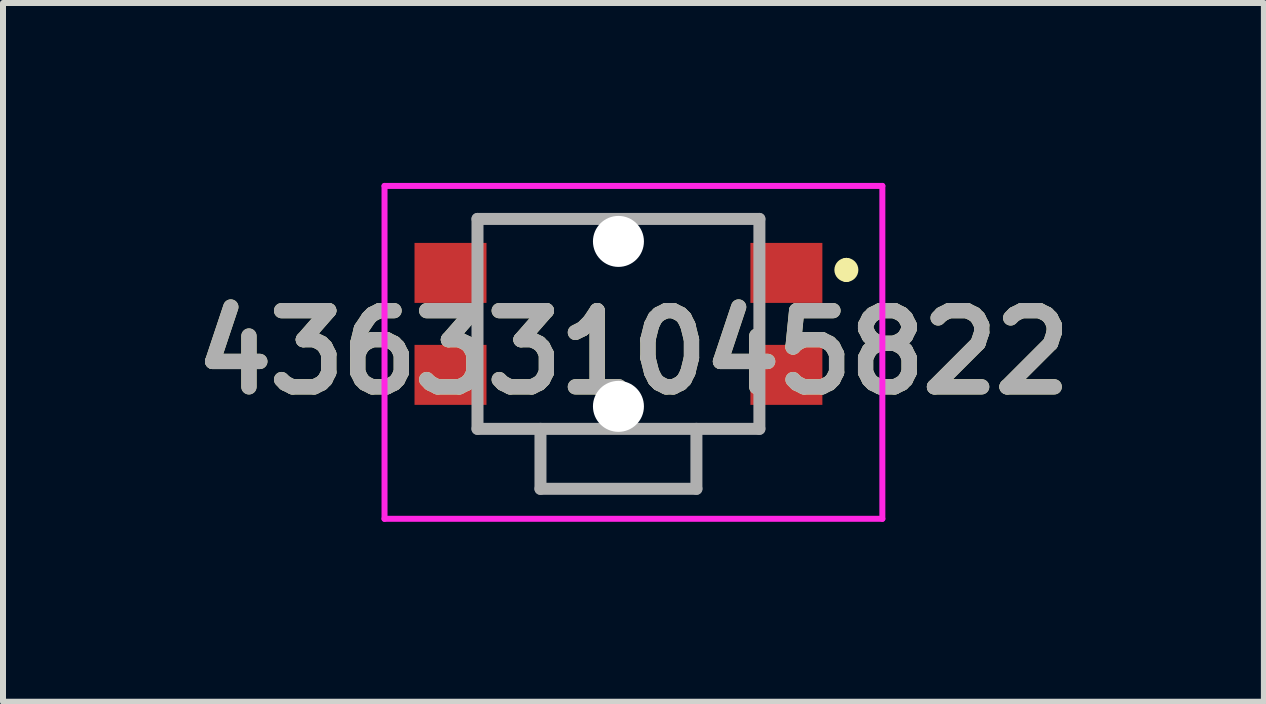
<source format=kicad_pcb>
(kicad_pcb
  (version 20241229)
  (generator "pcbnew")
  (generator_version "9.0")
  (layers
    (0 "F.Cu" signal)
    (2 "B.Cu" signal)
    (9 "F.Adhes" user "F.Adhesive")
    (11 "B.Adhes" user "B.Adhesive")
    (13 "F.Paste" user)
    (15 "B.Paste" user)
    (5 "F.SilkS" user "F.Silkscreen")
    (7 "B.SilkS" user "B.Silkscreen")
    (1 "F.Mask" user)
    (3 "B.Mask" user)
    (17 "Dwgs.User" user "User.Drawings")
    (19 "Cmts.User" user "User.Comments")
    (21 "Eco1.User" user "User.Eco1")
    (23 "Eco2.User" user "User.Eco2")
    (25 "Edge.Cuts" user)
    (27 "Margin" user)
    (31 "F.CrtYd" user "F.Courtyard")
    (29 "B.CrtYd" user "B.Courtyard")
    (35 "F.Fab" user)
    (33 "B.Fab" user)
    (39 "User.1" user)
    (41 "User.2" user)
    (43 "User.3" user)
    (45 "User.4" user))
  (footprint "436331045822"
    (layer "F.Cu")
    (at 7.261 2.35)
    (property "Reference" "436331045822" (at 0.25 0.475 0) (layer "F.SilkS") (effects (font (size 1.27 1.27) (thickness 0.254))))
    (attr through_hole)
    (fp_line (start -2.35 -1.75) (end -0.5 -1.75) (stroke (width 0.1) (type solid)) (layer "F.SilkS"))
    (fp_line (start -2.35 -1.5) (end -2.35 -1.75) (stroke (width 0.1) (type solid)) (layer "F.SilkS"))
    (fp_line (start -2.35 1.5) (end -2.35 1.75) (stroke (width 0.1) (type solid)) (layer "F.SilkS"))
    (fp_line (start -2.35 1.75) (end -0.5 1.75) (stroke (width 0.1) (type solid)) (layer "F.SilkS"))
    (fp_line (start 0.5 -1.75) (end 2.35 -1.75) (stroke (width 0.1) (type solid)) (layer "F.SilkS"))
    (fp_line (start 0.5 1.75) (end 2.35 1.75) (stroke (width 0.1) (type solid)) (layer "F.SilkS"))
    (fp_line (start 2.35 -1.75) (end 2.35 -1.5) (stroke (width 0.1) (type solid)) (layer "F.SilkS"))
    (fp_line (start 2.35 1.75) (end 2.35 1.5) (stroke (width 0.1) (type solid)) (layer "F.SilkS"))
    (fp_line (start 3.8 -1) (end 3.8 -1) (stroke (width 0.2) (type solid)) (layer "F.SilkS"))
    (fp_line (start 3.8 -0.8) (end 3.8 -0.8) (stroke (width 0.2) (type solid)) (layer "F.SilkS"))
    (fp_arc (start 3.8 -1) (mid 3.9 -0.9) (end 3.8 -0.8) (stroke (width 0.2) (type solid)) (layer "F.SilkS"))
    (fp_arc (start 3.8 -0.8) (mid 3.7 -0.9) (end 3.8 -1) (stroke (width 0.2) (type solid)) (layer "F.SilkS"))
    (fp_line (start -3.9 -2.3) (end 4.4 -2.3) (stroke (width 0.1) (type solid)) (layer "F.CrtYd"))
    (fp_line (start -3.9 3.25) (end -3.9 -2.3) (stroke (width 0.1) (type solid)) (layer "F.CrtYd"))
    (fp_line (start 4.4 -2.3) (end 4.4 3.25) (stroke (width 0.1) (type solid)) (layer "F.CrtYd"))
    (fp_line (start 4.4 3.25) (end -3.9 3.25) (stroke (width 0.1) (type solid)) (layer "F.CrtYd"))
    (fp_line (start -2.35 -1.75) (end 2.35 -1.75) (stroke (width 0.2) (type solid)) (layer "F.Fab"))
    (fp_line (start -2.35 1.75) (end -2.35 -1.75) (stroke (width 0.2) (type solid)) (layer "F.Fab"))
    (fp_line (start -1.3 1.75) (end -1.3 2.75) (stroke (width 0.2) (type solid)) (layer "F.Fab"))
    (fp_line (start -1.3 2.75) (end 1.3 2.75) (stroke (width 0.2) (type solid)) (layer "F.Fab"))
    (fp_line (start 1.3 2.75) (end 1.3 1.75) (stroke (width 0.2) (type solid)) (layer "F.Fab"))
    (fp_line (start 2.35 -1.75) (end 2.35 1.75) (stroke (width 0.2) (type solid)) (layer "F.Fab"))
    (fp_line (start 2.35 1.75) (end -2.35 1.75) (stroke (width 0.2) (type solid)) (layer "F.Fab"))
    (fp_text user "${REFERENCE}" (at 0.25 0.475 0) (layer "F.Fab") (effects (font (size 1.27 1.27) (thickness 0.254))))
    (pad "" np_thru_hole circle (at 0 -1.375) (size 0.85 0.85) (drill 0.85) (layers "*.Cu" "*.Mask"))
    (pad "" np_thru_hole circle (at 0 1.375) (size 0.85 0.85) (drill 0.85) (layers "*.Cu" "*.Mask"))
    (pad "1" smd rect (at 2.8 -0.85 90) (size 1 1.2) (layers "F.Cu" "F.Mask" "F.Paste"))
    (pad "2" smd rect (at 2.8 0.85 90) (size 1 1.2) (layers "F.Cu" "F.Mask" "F.Paste"))
    (pad "3" smd rect (at -2.8 -0.85 90) (size 1 1.2) (layers "F.Cu" "F.Mask" "F.Paste"))
    (pad "4" smd rect (at -2.8 0.85 90) (size 1 1.2) (layers "F.Cu" "F.Mask" "F.Paste")))
  (gr_rect
    (start -3 -3)
    (end 18.022 8.65)
    (stroke (width 0.1) (type default))
    (fill no)
    (layer "Edge.Cuts")))
</source>
